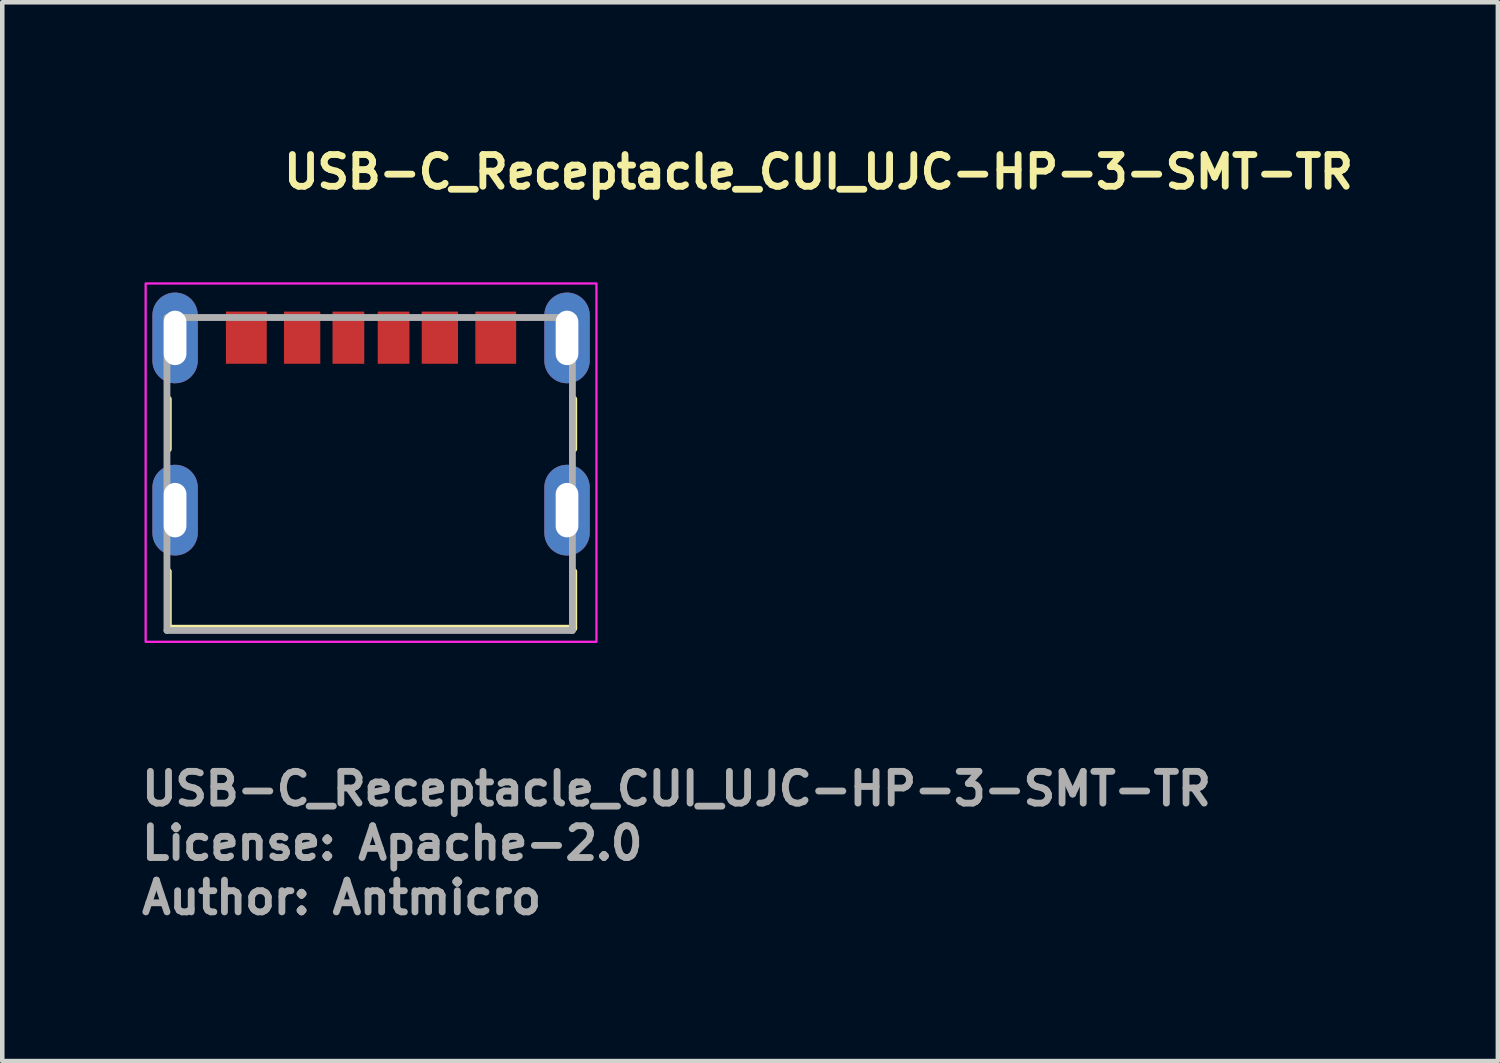
<source format=kicad_pcb>
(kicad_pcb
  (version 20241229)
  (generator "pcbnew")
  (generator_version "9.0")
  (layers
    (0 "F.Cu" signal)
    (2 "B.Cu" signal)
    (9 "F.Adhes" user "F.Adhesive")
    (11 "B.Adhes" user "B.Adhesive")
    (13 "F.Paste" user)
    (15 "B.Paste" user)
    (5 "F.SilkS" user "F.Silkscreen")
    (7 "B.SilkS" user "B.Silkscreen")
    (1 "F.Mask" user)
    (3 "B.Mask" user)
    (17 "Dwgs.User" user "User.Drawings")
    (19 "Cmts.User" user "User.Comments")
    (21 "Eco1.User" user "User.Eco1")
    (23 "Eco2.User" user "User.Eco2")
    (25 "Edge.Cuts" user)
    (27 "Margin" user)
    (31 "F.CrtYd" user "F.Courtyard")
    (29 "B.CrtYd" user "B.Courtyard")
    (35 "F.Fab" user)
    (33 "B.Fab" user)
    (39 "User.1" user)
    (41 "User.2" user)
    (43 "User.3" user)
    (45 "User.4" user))
  (footprint "USB-C_Receptacle_CUI_UJC-HP-3-SMT-TR"
    (layer "F.Cu")
    (at 5.131 7.15)
    (property "Reference" "USB-C_Receptacle_CUI_UJC-HP-3-SMT-TR" (at -2 -6 0) (layer "F.SilkS") (effects (font (size 0.7 0.7) (thickness 0.15)) (justify left bottom)))
    (attr smd)
    (fp_line (start -4.47 -0.3) (end -4.47 -1.4) (stroke (width 0.15) (type solid)) (layer "F.SilkS"))
    (fp_line (start -4.47 3.65) (end -4.47 2.4) (stroke (width 0.15) (type solid)) (layer "F.SilkS"))
    (fp_line (start -4.47 3.65) (end 4.469 3.65) (stroke (width 0.15) (type solid)) (layer "F.SilkS"))
    (fp_line (start 4.469 -0.3) (end 4.469 -1.4) (stroke (width 0.15) (type solid)) (layer "F.SilkS"))
    (fp_line (start 4.469 3.65) (end 4.469 2.4) (stroke (width 0.15) (type solid)) (layer "F.SilkS"))
    (fp_rect (start -4.97 -3.951) (end 4.969 3.95) (stroke (width 0.05) (type solid)) (fill no) (layer "F.CrtYd"))
    (fp_line (start -4.5 -3.2) (end -4.5 3.7) (stroke (width 0.15) (type solid)) (layer "F.Fab"))
    (fp_line (start -4.5 3.7) (end 4.439 3.7) (stroke (width 0.15) (type solid)) (layer "F.Fab"))
    (fp_line (start 4.439 3.7) (end 4.439 -3.2) (stroke (width 0.15) (type solid)) (layer "F.Fab"))
    (fp_line (start 4.469 -3.2) (end -4.47 -3.2) (stroke (width 0.15) (type solid)) (layer "F.Fab"))
    (fp_rect (start -4.47 -3.451) (end 4.469 3.45) (stroke (width 0.1) (type solid)) (fill no) (layer "User.5"))
    (fp_line (start -4.47 -3.351) (end -4.47 3.45) (stroke (width 0.02) (type solid)) (layer "User.9"))
    (fp_line (start -4.462 -3.351) (end -4.47 -3.351) (stroke (width 0.02) (type solid)) (layer "User.9"))
    (fp_line (start -4.462 -3.351) (end -4.462 -3.351) (stroke (width 0.02) (type solid)) (layer "User.9"))
    (fp_line (start -4.462 3.45) (end -4.47 3.45) (stroke (width 0.02) (type solid)) (layer "User.9"))
    (fp_line (start -4.462 3.45) (end -4.462 3.45) (stroke (width 0.02) (type solid)) (layer "User.9"))
    (fp_line (start -4.438 -3.351) (end -4.462 -3.351) (stroke (width 0.02) (type solid)) (layer "User.9"))
    (fp_line (start -4.438 -3.351) (end -4.438 -3.351) (stroke (width 0.02) (type solid)) (layer "User.9"))
    (fp_line (start -4.438 3.45) (end -4.462 3.45) (stroke (width 0.02) (type solid)) (layer "User.9"))
    (fp_line (start -4.438 3.45) (end -4.438 3.45) (stroke (width 0.02) (type solid)) (layer "User.9"))
    (fp_line (start -4.396 -3.351) (end -4.438 -3.351) (stroke (width 0.02) (type solid)) (layer "User.9"))
    (fp_line (start -4.396 -3.351) (end -4.396 -3.351) (stroke (width 0.02) (type solid)) (layer "User.9"))
    (fp_line (start -4.396 3.45) (end -4.438 3.45) (stroke (width 0.02) (type solid)) (layer "User.9"))
    (fp_line (start -4.396 3.45) (end -4.396 3.45) (stroke (width 0.02) (type solid)) (layer "User.9"))
    (fp_line (start -4.34 -3.351) (end -4.396 -3.351) (stroke (width 0.02) (type solid)) (layer "User.9"))
    (fp_line (start -4.34 -3.351) (end -4.34 -3.351) (stroke (width 0.02) (type solid)) (layer "User.9"))
    (fp_line (start -4.34 3.45) (end -4.396 3.45) (stroke (width 0.02) (type solid)) (layer "User.9"))
    (fp_line (start -4.34 3.45) (end -4.34 3.45) (stroke (width 0.02) (type solid)) (layer "User.9"))
    (fp_line (start -4.268 -3.351) (end -4.34 -3.351) (stroke (width 0.02) (type solid)) (layer "User.9"))
    (fp_line (start -4.268 -3.351) (end -4.268 -3.351) (stroke (width 0.02) (type solid)) (layer "User.9"))
    (fp_line (start -4.268 3.45) (end -4.34 3.45) (stroke (width 0.02) (type solid)) (layer "User.9"))
    (fp_line (start -4.268 3.45) (end -4.268 3.45) (stroke (width 0.02) (type solid)) (layer "User.9"))
    (fp_line (start -4.18 -3.351) (end -4.268 -3.351) (stroke (width 0.02) (type solid)) (layer "User.9"))
    (fp_line (start -4.18 -3.351) (end -4.18 -3.351) (stroke (width 0.02) (type solid)) (layer "User.9"))
    (fp_line (start -4.18 3.45) (end -4.268 3.45) (stroke (width 0.02) (type solid)) (layer "User.9"))
    (fp_line (start -4.18 3.45) (end -4.18 3.45) (stroke (width 0.02) (type solid)) (layer "User.9"))
    (fp_line (start -4.17 -3.451) (end -4.17 -3.351) (stroke (width 0.02) (type solid)) (layer "User.9"))
    (fp_line (start -4.165 -3.451) (end -4.17 -3.451) (stroke (width 0.02) (type solid)) (layer "User.9"))
    (fp_line (start -4.165 -3.451) (end -4.165 -3.451) (stroke (width 0.02) (type solid)) (layer "User.9"))
    (fp_line (start -4.149 -3.451) (end -4.165 -3.451) (stroke (width 0.02) (type solid)) (layer "User.9"))
    (fp_line (start -4.149 -3.451) (end -4.149 -3.451) (stroke (width 0.02) (type solid)) (layer "User.9"))
    (fp_line (start -4.122 -3.451) (end -4.149 -3.451) (stroke (width 0.02) (type solid)) (layer "User.9"))
    (fp_line (start -4.122 -3.451) (end -4.122 -3.451) (stroke (width 0.02) (type solid)) (layer "User.9"))
    (fp_line (start -4.085 -3.451) (end -4.122 -3.451) (stroke (width 0.02) (type solid)) (layer "User.9"))
    (fp_line (start -4.085 -3.451) (end -4.085 -3.451) (stroke (width 0.02) (type solid)) (layer "User.9"))
    (fp_line (start -4.082 -3.351) (end -4.18 -3.351) (stroke (width 0.02) (type solid)) (layer "User.9"))
    (fp_line (start -4.082 -3.351) (end -4.082 -3.351) (stroke (width 0.02) (type solid)) (layer "User.9"))
    (fp_line (start -4.082 3.45) (end -4.18 3.45) (stroke (width 0.02) (type solid)) (layer "User.9"))
    (fp_line (start -4.082 3.45) (end -4.082 3.45) (stroke (width 0.02) (type solid)) (layer "User.9"))
    (fp_line (start -4.037 -3.451) (end -4.085 -3.451) (stroke (width 0.02) (type solid)) (layer "User.9"))
    (fp_line (start -4.037 -3.451) (end -4.037 -3.451) (stroke (width 0.02) (type solid)) (layer "User.9"))
    (fp_line (start -3.98 -3.451) (end -4.037 -3.451) (stroke (width 0.02) (type solid)) (layer "User.9"))
    (fp_line (start -3.98 -3.451) (end -3.98 -3.451) (stroke (width 0.02) (type solid)) (layer "User.9"))
    (fp_line (start -3.971 -3.351) (end -4.082 -3.351) (stroke (width 0.02) (type solid)) (layer "User.9"))
    (fp_line (start -3.971 -3.351) (end -3.971 -3.351) (stroke (width 0.02) (type solid)) (layer "User.9"))
    (fp_line (start -3.971 3.45) (end -4.082 3.45) (stroke (width 0.02) (type solid)) (layer "User.9"))
    (fp_line (start -3.971 3.45) (end -3.971 3.45) (stroke (width 0.02) (type solid)) (layer "User.9"))
    (fp_line (start -3.914 -3.451) (end -3.98 -3.451) (stroke (width 0.02) (type solid)) (layer "User.9"))
    (fp_line (start -3.914 -3.451) (end -3.914 -3.451) (stroke (width 0.02) (type solid)) (layer "User.9"))
    (fp_line (start -3.848 -3.351) (end -3.971 -3.351) (stroke (width 0.02) (type solid)) (layer "User.9"))
    (fp_line (start -3.848 -3.351) (end -3.848 -3.351) (stroke (width 0.02) (type solid)) (layer "User.9"))
    (fp_line (start -3.848 3.45) (end -3.971 3.45) (stroke (width 0.02) (type solid)) (layer "User.9"))
    (fp_line (start -3.848 3.45) (end -3.848 3.45) (stroke (width 0.02) (type solid)) (layer "User.9"))
    (fp_line (start -3.758 -3.451) (end -3.914 -3.451) (stroke (width 0.02) (type solid)) (layer "User.9"))
    (fp_line (start -3.758 -3.451) (end -3.758 -3.451) (stroke (width 0.02) (type solid)) (layer "User.9"))
    (fp_line (start -3.58 -3.351) (end -3.848 -3.351) (stroke (width 0.02) (type solid)) (layer "User.9"))
    (fp_line (start -3.58 -3.351) (end -3.58 -3.351) (stroke (width 0.02) (type solid)) (layer "User.9"))
    (fp_line (start -3.58 3.45) (end -3.848 3.45) (stroke (width 0.02) (type solid)) (layer "User.9"))
    (fp_line (start -3.58 3.45) (end -3.58 3.45) (stroke (width 0.02) (type solid)) (layer "User.9"))
    (fp_line (start -3.576 -3.451) (end -3.758 -3.451) (stroke (width 0.02) (type solid)) (layer "User.9"))
    (fp_line (start -3.576 -3.451) (end -3.576 -3.451) (stroke (width 0.02) (type solid)) (layer "User.9"))
    (fp_line (start -3.27 -3.451) (end -3.576 -3.451) (stroke (width 0.02) (type solid)) (layer "User.9"))
    (fp_line (start -3.27 -3.351) (end -3.27 -3.451) (stroke (width 0.02) (type solid)) (layer "User.9"))
    (fp_line (start -3.141 -3.351) (end -3.58 -3.351) (stroke (width 0.02) (type solid)) (layer "User.9"))
    (fp_line (start -3.141 3.45) (end -3.58 3.45) (stroke (width 0.02) (type solid)) (layer "User.9"))
    (fp_line (start -2.923 -3.351) (end -3.141 -3.351) (stroke (width 0.02) (type solid)) (layer "User.9"))
    (fp_line (start -2.923 -3.351) (end -2.914 -3.351) (stroke (width 0.02) (type solid)) (layer "User.9"))
    (fp_line (start -2.914 -3.351) (end -2.904 -3.351) (stroke (width 0.02) (type solid)) (layer "User.9"))
    (fp_line (start -2.904 -3.351) (end -2.895 -3.348) (stroke (width 0.02) (type solid)) (layer "User.9"))
    (fp_line (start -2.895 -3.348) (end -2.884 -3.347) (stroke (width 0.02) (type solid)) (layer "User.9"))
    (fp_line (start -2.884 -3.347) (end -2.875 -3.344) (stroke (width 0.02) (type solid)) (layer "User.9"))
    (fp_line (start -2.875 -3.344) (end -2.866 -3.343) (stroke (width 0.02) (type solid)) (layer "User.9"))
    (fp_line (start -2.866 -3.343) (end -2.856 -3.339) (stroke (width 0.02) (type solid)) (layer "User.9"))
    (fp_line (start -2.856 -3.339) (end -2.847 -3.335) (stroke (width 0.02) (type solid)) (layer "User.9"))
    (fp_line (start -2.847 -3.335) (end -2.839 -3.331) (stroke (width 0.02) (type solid)) (layer "User.9"))
    (fp_line (start -2.839 -3.331) (end -2.83 -3.327) (stroke (width 0.02) (type solid)) (layer "User.9"))
    (fp_line (start -2.83 -3.327) (end -2.822 -3.322) (stroke (width 0.02) (type solid)) (layer "User.9"))
    (fp_line (start -2.822 -3.322) (end -2.813 -3.318) (stroke (width 0.02) (type solid)) (layer "User.9"))
    (fp_line (start -2.813 -3.318) (end -2.805 -3.311) (stroke (width 0.02) (type solid)) (layer "User.9"))
    (fp_line (start -2.805 -3.311) (end -2.798 -3.306) (stroke (width 0.02) (type solid)) (layer "User.9"))
    (fp_line (start -2.798 -3.306) (end -2.79 -3.299) (stroke (width 0.02) (type solid)) (layer "User.9"))
    (fp_line (start -2.79 -3.299) (end -2.782 -3.293) (stroke (width 0.02) (type solid)) (layer "User.9"))
    (fp_line (start -2.782 -3.293) (end -2.5 -3.009) (stroke (width 0.02) (type solid)) (layer "User.9"))
    (fp_line (start -2.656 -1.801) (end -2.656 -1.766) (stroke (width 0.02) (type solid)) (layer "User.9"))
    (fp_line (start -2.656 -1.801) (end -2.656 -1.766) (stroke (width 0.02) (type solid)) (layer "User.9"))
    (fp_line (start -2.656 -1.766) (end -2.621 -1.766) (stroke (width 0.02) (type solid)) (layer "User.9"))
    (fp_line (start -2.656 -1.385) (end -2.656 -1.351) (stroke (width 0.02) (type solid)) (layer "User.9"))
    (fp_line (start -2.656 -1.351) (end -1.446 -1.351) (stroke (width 0.02) (type solid)) (layer "User.9"))
    (fp_line (start -2.63 -1.385) (end -2.629 -1.381) (stroke (width 0.02) (type solid)) (layer "User.9"))
    (fp_line (start -2.629 -1.381) (end -2.625 -1.377) (stroke (width 0.02) (type solid)) (layer "User.9"))
    (fp_line (start -2.625 -1.377) (end -2.622 -1.373) (stroke (width 0.02) (type solid)) (layer "User.9"))
    (fp_line (start -2.622 -1.373) (end -2.621 -1.371) (stroke (width 0.02) (type solid)) (layer "User.9"))
    (fp_line (start -2.621 -1.766) (end -2.214 -1.766) (stroke (width 0.02) (type solid)) (layer "User.9"))
    (fp_line (start -2.621 -1.385) (end -2.656 -1.385) (stroke (width 0.02) (type solid)) (layer "User.9"))
    (fp_line (start -2.621 -1.385) (end -2.214 -1.385) (stroke (width 0.02) (type solid)) (layer "User.9"))
    (fp_line (start -2.621 -1.371) (end -2.617 -1.367) (stroke (width 0.02) (type solid)) (layer "User.9"))
    (fp_line (start -2.617 -1.367) (end -2.614 -1.365) (stroke (width 0.02) (type solid)) (layer "User.9"))
    (fp_line (start -2.614 -1.365) (end -2.612 -1.361) (stroke (width 0.02) (type solid)) (layer "User.9"))
    (fp_line (start -2.612 -1.361) (end -2.609 -1.359) (stroke (width 0.02) (type solid)) (layer "User.9"))
    (fp_line (start -2.609 -1.359) (end -2.606 -1.357) (stroke (width 0.02) (type solid)) (layer "User.9"))
    (fp_line (start -2.606 -1.357) (end -2.604 -1.355) (stroke (width 0.02) (type solid)) (layer "User.9"))
    (fp_line (start -2.604 -1.355) (end -2.601 -1.355) (stroke (width 0.02) (type solid)) (layer "User.9"))
    (fp_line (start -2.601 -1.355) (end -2.597 -1.353) (stroke (width 0.02) (type solid)) (layer "User.9"))
    (fp_line (start -2.597 -1.353) (end -2.594 -1.351) (stroke (width 0.02) (type solid)) (layer "User.9"))
    (fp_line (start -2.594 -1.351) (end -2.592 -1.351) (stroke (width 0.02) (type solid)) (layer "User.9"))
    (fp_line (start -2.592 -1.351) (end -2.59 -1.351) (stroke (width 0.02) (type solid)) (layer "User.9"))
    (fp_line (start -2.59 -1.351) (end -2.589 -1.351) (stroke (width 0.02) (type solid)) (layer "User.9"))
    (fp_line (start -2.589 -1.351) (end -2.588 -1.351) (stroke (width 0.02) (type solid)) (layer "User.9"))
    (fp_line (start -2.588 -1.351) (end -2.586 -1.351) (stroke (width 0.02) (type solid)) (layer "User.9"))
    (fp_line (start -2.586 -1.351) (end -2.656 -1.351) (stroke (width 0.02) (type solid)) (layer "User.9"))
    (fp_line (start -2.5 -3.009) (end -2.492 -3.003) (stroke (width 0.02) (type solid)) (layer "User.9"))
    (fp_line (start -2.492 -3.003) (end -2.484 -2.996) (stroke (width 0.02) (type solid)) (layer "User.9"))
    (fp_line (start -2.484 -2.996) (end -2.477 -2.991) (stroke (width 0.02) (type solid)) (layer "User.9"))
    (fp_line (start -2.477 -2.991) (end -2.469 -2.984) (stroke (width 0.02) (type solid)) (layer "User.9"))
    (fp_line (start -2.469 -2.984) (end -2.46 -2.98) (stroke (width 0.02) (type solid)) (layer "User.9"))
    (fp_line (start -2.469 -1.801) (end -2.469 -1.766) (stroke (width 0.02) (type solid)) (layer "User.9"))
    (fp_line (start -2.469 -1.385) (end -2.469 -1.351) (stroke (width 0.02) (type solid)) (layer "User.9"))
    (fp_line (start -2.469 -1.351) (end -2.656 -1.351) (stroke (width 0.02) (type solid)) (layer "User.9"))
    (fp_line (start -2.46 -2.98) (end -2.452 -2.975) (stroke (width 0.02) (type solid)) (layer "User.9"))
    (fp_line (start -2.452 -3.281) (end -2.77 -3.281) (stroke (width 0.02) (type solid)) (layer "User.9"))
    (fp_line (start -2.452 -3.281) (end -2.452 -3.181) (stroke (width 0.02) (type solid)) (layer "User.9"))
    (fp_line (start -2.452 -3.181) (end -2.67 -3.181) (stroke (width 0.02) (type solid)) (layer "User.9"))
    (fp_line (start -2.452 -3.181) (end -2.452 -2.973) (stroke (width 0.02) (type solid)) (layer "User.9"))
    (fp_line (start -2.452 -2.975) (end -2.444 -2.971) (stroke (width 0.02) (type solid)) (layer "User.9"))
    (fp_line (start -2.444 -2.971) (end -2.435 -2.967) (stroke (width 0.02) (type solid)) (layer "User.9"))
    (fp_line (start -2.435 -2.967) (end -2.426 -2.963) (stroke (width 0.02) (type solid)) (layer "User.9"))
    (fp_line (start -2.426 -2.963) (end -2.416 -2.96) (stroke (width 0.02) (type solid)) (layer "User.9"))
    (fp_line (start -2.416 -2.96) (end -2.407 -2.957) (stroke (width 0.02) (type solid)) (layer "User.9"))
    (fp_line (start -2.407 -2.957) (end -2.398 -2.955) (stroke (width 0.02) (type solid)) (layer "User.9"))
    (fp_line (start -2.398 -2.955) (end -2.387 -2.953) (stroke (width 0.02) (type solid)) (layer "User.9"))
    (fp_line (start -2.387 -2.953) (end -2.378 -2.952) (stroke (width 0.02) (type solid)) (layer "User.9"))
    (fp_line (start -2.378 -2.952) (end -2.368 -2.952) (stroke (width 0.02) (type solid)) (layer "User.9"))
    (fp_line (start -2.368 -2.952) (end -2.359 -2.952) (stroke (width 0.02) (type solid)) (layer "User.9"))
    (fp_line (start -2.359 -2.952) (end -1.301 -2.952) (stroke (width 0.02) (type solid)) (layer "User.9"))
    (fp_line (start -2.214 -1.766) (end -1.889 -1.766) (stroke (width 0.02) (type solid)) (layer "User.9"))
    (fp_line (start -2.214 -1.385) (end -1.889 -1.385) (stroke (width 0.02) (type solid)) (layer "User.9"))
    (fp_line (start -1.889 -1.766) (end -1.48 -1.766) (stroke (width 0.02) (type solid)) (layer "User.9"))
    (fp_line (start -1.889 -1.385) (end -1.48 -1.385) (stroke (width 0.02) (type solid)) (layer "User.9"))
    (fp_line (start -1.801 -3.281) (end -1.801 -3.181) (stroke (width 0.02) (type solid)) (layer "User.9"))
    (fp_line (start -1.801 -3.181) (end -1.801 -2.952) (stroke (width 0.02) (type solid)) (layer "User.9"))
    (fp_line (start -1.633 -1.801) (end -1.633 -1.766) (stroke (width 0.02) (type solid)) (layer "User.9"))
    (fp_line (start -1.633 -1.385) (end -1.633 -1.351) (stroke (width 0.02) (type solid)) (layer "User.9"))
    (fp_line (start -1.516 -1.351) (end -1.633 -1.351) (stroke (width 0.02) (type solid)) (layer "User.9"))
    (fp_line (start -1.516 -1.351) (end -1.514 -1.351) (stroke (width 0.02) (type solid)) (layer "User.9"))
    (fp_line (start -1.514 -1.351) (end -1.514 -1.351) (stroke (width 0.02) (type solid)) (layer "User.9"))
    (fp_line (start -1.514 -1.351) (end -1.512 -1.351) (stroke (width 0.02) (type solid)) (layer "User.9"))
    (fp_line (start -1.512 -1.351) (end -1.51 -1.351) (stroke (width 0.02) (type solid)) (layer "User.9"))
    (fp_line (start -1.51 -1.351) (end -1.508 -1.351) (stroke (width 0.02) (type solid)) (layer "User.9"))
    (fp_line (start -1.508 -1.351) (end -1.508 -1.351) (stroke (width 0.02) (type solid)) (layer "User.9"))
    (fp_line (start -1.508 -1.351) (end -1.506 -1.353) (stroke (width 0.02) (type solid)) (layer "User.9"))
    (fp_line (start -1.506 -1.353) (end -1.504 -1.353) (stroke (width 0.02) (type solid)) (layer "User.9"))
    (fp_line (start -1.504 -1.353) (end -1.502 -1.353) (stroke (width 0.02) (type solid)) (layer "User.9"))
    (fp_line (start -1.502 -1.355) (end -1.5 -1.355) (stroke (width 0.02) (type solid)) (layer "User.9"))
    (fp_line (start -1.502 -1.353) (end -1.502 -1.355) (stroke (width 0.02) (type solid)) (layer "User.9"))
    (fp_line (start -1.5 -2.27) (end -1.5 -2.261) (stroke (width 0.02) (type solid)) (layer "User.9"))
    (fp_line (start -1.5 -2.261) (end -1.5 -2.25) (stroke (width 0.02) (type solid)) (layer "User.9"))
    (fp_line (start -1.5 -2.25) (end -1.5 -2.242) (stroke (width 0.02) (type solid)) (layer "User.9"))
    (fp_line (start -1.5 -2.242) (end -1.5 -2.231) (stroke (width 0.02) (type solid)) (layer "User.9"))
    (fp_line (start -1.5 -2.231) (end -1.498 -2.222) (stroke (width 0.02) (type solid)) (layer "User.9"))
    (fp_line (start -1.5 -1.355) (end -1.498 -1.355) (stroke (width 0.02) (type solid)) (layer "User.9"))
    (fp_line (start -1.498 -2.29) (end -1.498 -2.281) (stroke (width 0.02) (type solid)) (layer "User.9"))
    (fp_line (start -1.498 -2.281) (end -1.5 -2.27) (stroke (width 0.02) (type solid)) (layer "User.9"))
    (fp_line (start -1.498 -2.222) (end -1.498 -2.211) (stroke (width 0.02) (type solid)) (layer "User.9"))
    (fp_line (start -1.498 -2.211) (end -1.494 -2.202) (stroke (width 0.02) (type solid)) (layer "User.9"))
    (fp_line (start -1.498 -1.357) (end -1.496 -1.357) (stroke (width 0.02) (type solid)) (layer "User.9"))
    (fp_line (start -1.498 -1.355) (end -1.498 -1.357) (stroke (width 0.02) (type solid)) (layer "User.9"))
    (fp_line (start -1.496 -1.357) (end -1.492 -1.359) (stroke (width 0.02) (type solid)) (layer "User.9"))
    (fp_line (start -1.494 -2.299) (end -1.498 -2.29) (stroke (width 0.02) (type solid)) (layer "User.9"))
    (fp_line (start -1.494 -2.202) (end -1.492 -2.193) (stroke (width 0.02) (type solid)) (layer "User.9"))
    (fp_line (start -1.492 -2.31) (end -1.494 -2.299) (stroke (width 0.02) (type solid)) (layer "User.9"))
    (fp_line (start -1.492 -2.193) (end -1.49 -2.183) (stroke (width 0.02) (type solid)) (layer "User.9"))
    (fp_line (start -1.492 -1.359) (end -1.49 -1.361) (stroke (width 0.02) (type solid)) (layer "User.9"))
    (fp_line (start -1.49 -2.319) (end -1.492 -2.31) (stroke (width 0.02) (type solid)) (layer "User.9"))
    (fp_line (start -1.49 -2.183) (end -1.486 -2.174) (stroke (width 0.02) (type solid)) (layer "User.9"))
    (fp_line (start -1.49 -1.361) (end -1.488 -1.365) (stroke (width 0.02) (type solid)) (layer "User.9"))
    (fp_line (start -1.488 -1.365) (end -1.484 -1.367) (stroke (width 0.02) (type solid)) (layer "User.9"))
    (fp_line (start -1.486 -2.327) (end -1.49 -2.319) (stroke (width 0.02) (type solid)) (layer "User.9"))
    (fp_line (start -1.486 -2.174) (end -1.482 -2.165) (stroke (width 0.02) (type solid)) (layer "User.9"))
    (fp_line (start -1.484 -1.367) (end -1.482 -1.371) (stroke (width 0.02) (type solid)) (layer "User.9"))
    (fp_line (start -1.482 -2.336) (end -1.486 -2.327) (stroke (width 0.02) (type solid)) (layer "User.9"))
    (fp_line (start -1.482 -2.165) (end -1.478 -2.157) (stroke (width 0.02) (type solid)) (layer "User.9"))
    (fp_line (start -1.482 -1.371) (end -1.48 -1.373) (stroke (width 0.02) (type solid)) (layer "User.9"))
    (fp_line (start -1.48 -1.766) (end -1.446 -1.766) (stroke (width 0.02) (type solid)) (layer "User.9"))
    (fp_line (start -1.48 -1.373) (end -1.476 -1.377) (stroke (width 0.02) (type solid)) (layer "User.9"))
    (fp_line (start -1.478 -2.346) (end -1.482 -2.336) (stroke (width 0.02) (type solid)) (layer "User.9"))
    (fp_line (start -1.478 -2.157) (end -1.472 -2.149) (stroke (width 0.02) (type solid)) (layer "User.9"))
    (fp_line (start -1.476 -1.377) (end -1.474 -1.381) (stroke (width 0.02) (type solid)) (layer "User.9"))
    (fp_line (start -1.474 -1.381) (end -1.472 -1.385) (stroke (width 0.02) (type solid)) (layer "User.9"))
    (fp_line (start -1.472 -2.354) (end -1.478 -2.346) (stroke (width 0.02) (type solid)) (layer "User.9"))
    (fp_line (start -1.472 -2.149) (end -1.468 -2.141) (stroke (width 0.02) (type solid)) (layer "User.9"))
    (fp_line (start -1.468 -2.362) (end -1.472 -2.354) (stroke (width 0.02) (type solid)) (layer "User.9"))
    (fp_line (start -1.468 -2.141) (end -1.462 -2.133) (stroke (width 0.02) (type solid)) (layer "User.9"))
    (fp_line (start -1.462 -2.37) (end -1.468 -2.362) (stroke (width 0.02) (type solid)) (layer "User.9"))
    (fp_line (start -1.462 -2.133) (end -1.456 -2.125) (stroke (width 0.02) (type solid)) (layer "User.9"))
    (fp_line (start -1.456 -2.378) (end -1.462 -2.37) (stroke (width 0.02) (type solid)) (layer "User.9"))
    (fp_line (start -1.456 -2.125) (end -1.45 -2.117) (stroke (width 0.02) (type solid)) (layer "User.9"))
    (fp_line (start -1.45 -2.386) (end -1.456 -2.378) (stroke (width 0.02) (type solid)) (layer "User.9"))
    (fp_line (start -1.45 -2.117) (end -1.442 -2.109) (stroke (width 0.02) (type solid)) (layer "User.9"))
    (fp_line (start -1.446 -1.801) (end -2.656 -1.801) (stroke (width 0.02) (type solid)) (layer "User.9"))
    (fp_line (start -1.446 -1.801) (end -2.656 -1.801) (stroke (width 0.02) (type solid)) (layer "User.9"))
    (fp_line (start -1.446 -1.801) (end -1.446 -1.766) (stroke (width 0.02) (type solid)) (layer "User.9"))
    (fp_line (start -1.446 -1.766) (end -1.446 -1.801) (stroke (width 0.02) (type solid)) (layer "User.9"))
    (fp_line (start -1.446 -1.385) (end -1.48 -1.385) (stroke (width 0.02) (type solid)) (layer "User.9"))
    (fp_line (start -1.446 -1.351) (end -1.516 -1.351) (stroke (width 0.02) (type solid)) (layer "User.9"))
    (fp_line (start -1.446 -1.351) (end -1.446 -1.385) (stroke (width 0.02) (type solid)) (layer "User.9"))
    (fp_line (start -1.442 -2.392) (end -1.45 -2.386) (stroke (width 0.02) (type solid)) (layer "User.9"))
    (fp_line (start -1.442 -2.392) (end -1.442 -2.392) (stroke (width 0.02) (type solid)) (layer "User.9"))
    (fp_line (start -1.442 -2.109) (end -1.442 -2.109) (stroke (width 0.02) (type solid)) (layer "User.9"))
    (fp_line (start -1.442 -2.109) (end -1.436 -2.102) (stroke (width 0.02) (type solid)) (layer "User.9"))
    (fp_line (start -1.436 -2.399) (end -1.442 -2.392) (stroke (width 0.02) (type solid)) (layer "User.9"))
    (fp_line (start -1.436 -2.102) (end -1.428 -2.097) (stroke (width 0.02) (type solid)) (layer "User.9"))
    (fp_line (start -1.428 -2.406) (end -1.436 -2.399) (stroke (width 0.02) (type solid)) (layer "User.9"))
    (fp_line (start -1.428 -2.097) (end -1.42 -2.09) (stroke (width 0.02) (type solid)) (layer "User.9"))
    (fp_line (start -1.42 -2.411) (end -1.428 -2.406) (stroke (width 0.02) (type solid)) (layer "User.9"))
    (fp_line (start -1.42 -2.09) (end -1.412 -2.085) (stroke (width 0.02) (type solid)) (layer "User.9"))
    (fp_line (start -1.412 -2.418) (end -1.42 -2.411) (stroke (width 0.02) (type solid)) (layer "User.9"))
    (fp_line (start -1.412 -2.085) (end -1.403 -2.08) (stroke (width 0.02) (type solid)) (layer "User.9"))
    (fp_line (start -1.403 -2.423) (end -1.412 -2.418) (stroke (width 0.02) (type solid)) (layer "User.9"))
    (fp_line (start -1.403 -2.08) (end -1.395 -2.074) (stroke (width 0.02) (type solid)) (layer "User.9"))
    (fp_line (start -1.395 -2.427) (end -1.403 -2.423) (stroke (width 0.02) (type solid)) (layer "User.9"))
    (fp_line (start -1.395 -2.074) (end -1.387 -2.07) (stroke (width 0.02) (type solid)) (layer "User.9"))
    (fp_line (start -1.387 -2.431) (end -1.395 -2.427) (stroke (width 0.02) (type solid)) (layer "User.9"))
    (fp_line (start -1.387 -2.07) (end -1.377 -2.066) (stroke (width 0.02) (type solid)) (layer "User.9"))
    (fp_line (start -1.377 -2.436) (end -1.387 -2.431) (stroke (width 0.02) (type solid)) (layer "User.9"))
    (fp_line (start -1.377 -2.066) (end -1.369 -2.062) (stroke (width 0.02) (type solid)) (layer "User.9"))
    (fp_line (start -1.369 -2.44) (end -1.377 -2.436) (stroke (width 0.02) (type solid)) (layer "User.9"))
    (fp_line (start -1.369 -2.062) (end -1.359 -2.06) (stroke (width 0.02) (type solid)) (layer "User.9"))
    (fp_line (start -1.359 -2.443) (end -1.369 -2.44) (stroke (width 0.02) (type solid)) (layer "User.9"))
    (fp_line (start -1.359 -2.06) (end -1.349 -2.057) (stroke (width 0.02) (type solid)) (layer "User.9"))
    (fp_line (start -1.349 -2.444) (end -1.359 -2.443) (stroke (width 0.02) (type solid)) (layer "User.9"))
    (fp_line (start -1.349 -2.057) (end -1.341 -2.054) (stroke (width 0.02) (type solid)) (layer "User.9"))
    (fp_line (start -1.341 -2.448) (end -1.349 -2.444) (stroke (width 0.02) (type solid)) (layer "User.9"))
    (fp_line (start -1.341 -2.054) (end -1.331 -2.053) (stroke (width 0.02) (type solid)) (layer "User.9"))
    (fp_line (start -1.331 -2.448) (end -1.341 -2.448) (stroke (width 0.02) (type solid)) (layer "User.9"))
    (fp_line (start -1.331 -2.053) (end -1.321 -2.052) (stroke (width 0.02) (type solid)) (layer "User.9"))
    (fp_line (start -1.321 -2.451) (end -1.331 -2.448) (stroke (width 0.02) (type solid)) (layer "User.9"))
    (fp_line (start -1.321 -2.052) (end -1.311 -2.052) (stroke (width 0.02) (type solid)) (layer "User.9"))
    (fp_line (start -1.311 -2.451) (end -1.321 -2.451) (stroke (width 0.02) (type solid)) (layer "User.9"))
    (fp_line (start -1.311 -2.052) (end -1.301 -2.05) (stroke (width 0.02) (type solid)) (layer "User.9"))
    (fp_line (start -1.301 -2.952) (end -0.982 -2.952) (stroke (width 0.02) (type solid)) (layer "User.9"))
    (fp_line (start -1.301 -2.452) (end -1.311 -2.451) (stroke (width 0.02) (type solid)) (layer "User.9"))
    (fp_line (start -1.301 -2.351) (end -1.301 -2.452) (stroke (width 0.02) (type solid)) (layer "User.9"))
    (fp_line (start -1.301 -2.351) (end 1.3 -2.351) (stroke (width 0.02) (type solid)) (layer "User.9"))
    (fp_line (start -1.301 -2.05) (end 1.3 -2.05) (stroke (width 0.02) (type solid)) (layer "User.9"))
    (fp_line (start -1.24 -3.281) (end -1.801 -3.281) (stroke (width 0.02) (type solid)) (layer "User.9"))
    (fp_line (start -1.24 -3.281) (end -1.24 -3.181) (stroke (width 0.02) (type solid)) (layer "User.9"))
    (fp_line (start -1.24 -3.181) (end -1.801 -3.181) (stroke (width 0.02) (type solid)) (layer "User.9"))
    (fp_line (start -1.24 -3.181) (end -1.24 -2.952) (stroke (width 0.02) (type solid)) (layer "User.9"))
    (fp_line (start -0.982 -2.952) (end -0.462 -2.952) (stroke (width 0.02) (type solid)) (layer "User.9"))
    (fp_line (start -0.982 -2.952) (end 0.98 -2.952) (stroke (width 0.02) (type solid)) (layer "User.9"))
    (fp_line (start -0.982 -2.452) (end -1.301 -2.452) (stroke (width 0.02) (type solid)) (layer "User.9"))
    (fp_line (start -0.75 -3.281) (end -0.75 -3.181) (stroke (width 0.02) (type solid)) (layer "User.9"))
    (fp_line (start -0.75 -3.181) (end -0.75 -2.952) (stroke (width 0.02) (type solid)) (layer "User.9"))
    (fp_line (start -0.462 -2.452) (end -0.982 -2.452) (stroke (width 0.02) (type solid)) (layer "User.9"))
    (fp_line (start -0.462 -2.452) (end -0.458 -2.452) (stroke (width 0.02) (type solid)) (layer "User.9"))
    (fp_line (start -0.458 -2.951) (end -0.462 -2.952) (stroke (width 0.02) (type solid)) (layer "User.9"))
    (fp_line (start -0.458 -2.452) (end -0.455 -2.452) (stroke (width 0.02) (type solid)) (layer "User.9"))
    (fp_line (start -0.455 -2.951) (end -0.458 -2.951) (stroke (width 0.02) (type solid)) (layer "User.9"))
    (fp_line (start -0.455 -2.452) (end -0.451 -2.452) (stroke (width 0.02) (type solid)) (layer "User.9"))
    (fp_line (start -0.451 -2.949) (end -0.455 -2.951) (stroke (width 0.02) (type solid)) (layer "User.9"))
    (fp_line (start -0.451 -2.452) (end -0.447 -2.452) (stroke (width 0.02) (type solid)) (layer "User.9"))
    (fp_line (start -0.447 -2.949) (end -0.451 -2.949) (stroke (width 0.02) (type solid)) (layer "User.9"))
    (fp_line (start -0.447 -2.452) (end -0.443 -2.455) (stroke (width 0.02) (type solid)) (layer "User.9"))
    (fp_line (start -0.443 -2.948) (end -0.447 -2.949) (stroke (width 0.02) (type solid)) (layer "User.9"))
    (fp_line (start -0.443 -2.455) (end -0.44 -2.456) (stroke (width 0.02) (type solid)) (layer "User.9"))
    (fp_line (start -0.44 -2.947) (end -0.443 -2.948) (stroke (width 0.02) (type solid)) (layer "User.9"))
    (fp_line (start -0.44 -2.456) (end -0.437 -2.456) (stroke (width 0.02) (type solid)) (layer "User.9"))
    (fp_line (start -0.437 -2.945) (end -0.44 -2.947) (stroke (width 0.02) (type solid)) (layer "User.9"))
    (fp_line (start -0.437 -2.456) (end -0.433 -2.459) (stroke (width 0.02) (type solid)) (layer "User.9"))
    (fp_line (start -0.433 -2.943) (end -0.437 -2.945) (stroke (width 0.02) (type solid)) (layer "User.9"))
    (fp_line (start -0.433 -2.459) (end -0.43 -2.46) (stroke (width 0.02) (type solid)) (layer "User.9"))
    (fp_line (start -0.43 -2.942) (end -0.433 -2.943) (stroke (width 0.02) (type solid)) (layer "User.9"))
    (fp_line (start -0.43 -2.46) (end -0.427 -2.463) (stroke (width 0.02) (type solid)) (layer "User.9"))
    (fp_line (start -0.427 -2.939) (end -0.43 -2.942) (stroke (width 0.02) (type solid)) (layer "User.9"))
    (fp_line (start -0.427 -2.463) (end -0.424 -2.465) (stroke (width 0.02) (type solid)) (layer "User.9"))
    (fp_line (start -0.424 -2.936) (end -0.427 -2.939) (stroke (width 0.02) (type solid)) (layer "User.9"))
    (fp_line (start -0.424 -2.465) (end -0.421 -2.468) (stroke (width 0.02) (type solid)) (layer "User.9"))
    (fp_line (start -0.421 -2.935) (end -0.424 -2.936) (stroke (width 0.02) (type solid)) (layer "User.9"))
    (fp_line (start -0.421 -2.468) (end -0.418 -2.471) (stroke (width 0.02) (type solid)) (layer "User.9"))
    (fp_line (start -0.418 -2.931) (end -0.421 -2.935) (stroke (width 0.02) (type solid)) (layer "User.9"))
    (fp_line (start -0.418 -2.471) (end -0.417 -2.473) (stroke (width 0.02) (type solid)) (layer "User.9"))
    (fp_line (start -0.417 -2.928) (end -0.418 -2.931) (stroke (width 0.02) (type solid)) (layer "User.9"))
    (fp_line (start -0.417 -2.473) (end -0.414 -2.476) (stroke (width 0.02) (type solid)) (layer "User.9"))
    (fp_line (start -0.414 -2.926) (end -0.417 -2.928) (stroke (width 0.02) (type solid)) (layer "User.9"))
    (fp_line (start -0.414 -2.476) (end -0.412 -2.48) (stroke (width 0.02) (type solid)) (layer "User.9"))
    (fp_line (start -0.412 -2.922) (end -0.414 -2.926) (stroke (width 0.02) (type solid)) (layer "User.9"))
    (fp_line (start -0.412 -2.922) (end -0.412 -2.922) (stroke (width 0.02) (type solid)) (layer "User.9"))
    (fp_line (start -0.412 -2.48) (end -0.412 -2.48) (stroke (width 0.02) (type solid)) (layer "User.9"))
    (fp_line (start -0.412 -2.48) (end -0.409 -2.484) (stroke (width 0.02) (type solid)) (layer "User.9"))
    (fp_line (start -0.409 -2.919) (end -0.412 -2.922) (stroke (width 0.02) (type solid)) (layer "User.9"))
    (fp_line (start -0.409 -2.484) (end -0.407 -2.488) (stroke (width 0.02) (type solid)) (layer "User.9"))
    (fp_line (start -0.407 -2.915) (end -0.409 -2.919) (stroke (width 0.02) (type solid)) (layer "User.9"))
    (fp_line (start -0.407 -2.488) (end -0.405 -2.492) (stroke (width 0.02) (type solid)) (layer "User.9"))
    (fp_line (start -0.405 -2.911) (end -0.407 -2.915) (stroke (width 0.02) (type solid)) (layer "User.9"))
    (fp_line (start -0.405 -2.492) (end -0.403 -2.496) (stroke (width 0.02) (type solid)) (layer "User.9"))
    (fp_line (start -0.403 -2.907) (end -0.405 -2.911) (stroke (width 0.02) (type solid)) (layer "User.9"))
    (fp_line (start -0.403 -2.496) (end -0.401 -2.5) (stroke (width 0.02) (type solid)) (layer "User.9"))
    (fp_line (start -0.401 -2.903) (end -0.403 -2.907) (stroke (width 0.02) (type solid)) (layer "User.9"))
    (fp_line (start -0.401 -2.5) (end -0.399 -2.504) (stroke (width 0.02) (type solid)) (layer "User.9"))
    (fp_line (start -0.399 -2.899) (end -0.401 -2.903) (stroke (width 0.02) (type solid)) (layer "User.9"))
    (fp_line (start -0.399 -2.504) (end -0.398 -2.508) (stroke (width 0.02) (type solid)) (layer "User.9"))
    (fp_line (start -0.398 -2.894) (end -0.399 -2.899) (stroke (width 0.02) (type solid)) (layer "User.9"))
    (fp_line (start -0.398 -2.508) (end -0.396 -2.512) (stroke (width 0.02) (type solid)) (layer "User.9"))
    (fp_line (start -0.396 -2.89) (end -0.398 -2.894) (stroke (width 0.02) (type solid)) (layer "User.9"))
    (fp_line (start -0.396 -2.512) (end -0.395 -2.517) (stroke (width 0.02) (type solid)) (layer "User.9"))
    (fp_line (start -0.395 -2.884) (end -0.396 -2.89) (stroke (width 0.02) (type solid)) (layer "User.9"))
    (fp_line (start -0.395 -2.517) (end -0.394 -2.521) (stroke (width 0.02) (type solid)) (layer "User.9"))
    (fp_line (start -0.394 -2.88) (end -0.395 -2.884) (stroke (width 0.02) (type solid)) (layer "User.9"))
    (fp_line (start -0.394 -2.521) (end -0.393 -2.527) (stroke (width 0.02) (type solid)) (layer "User.9"))
    (fp_line (start -0.393 -2.875) (end -0.394 -2.88) (stroke (width 0.02) (type solid)) (layer "User.9"))
    (fp_line (start -0.393 -2.527) (end -0.392 -2.532) (stroke (width 0.02) (type solid)) (layer "User.9"))
    (fp_line (start -0.392 -2.871) (end -0.393 -2.875) (stroke (width 0.02) (type solid)) (layer "User.9"))
    (fp_line (start -0.392 -2.866) (end -0.392 -2.871) (stroke (width 0.02) (type solid)) (layer "User.9"))
    (fp_line (start -0.392 -2.536) (end -0.391 -2.541) (stroke (width 0.02) (type solid)) (layer "User.9"))
    (fp_line (start -0.392 -2.532) (end -0.392 -2.536) (stroke (width 0.02) (type solid)) (layer "User.9"))
    (fp_line (start -0.391 -2.86) (end -0.392 -2.866) (stroke (width 0.02) (type solid)) (layer "User.9"))
    (fp_line (start -0.391 -2.855) (end -0.391 -2.86) (stroke (width 0.02) (type solid)) (layer "User.9"))
    (fp_line (start -0.391 -2.851) (end -0.391 -2.855) (stroke (width 0.02) (type solid)) (layer "User.9"))
    (fp_line (start -0.391 -2.851) (end -0.391 -2.551) (stroke (width 0.02) (type solid)) (layer "User.9"))
    (fp_line (start -0.391 -2.547) (end -0.391 -2.551) (stroke (width 0.02) (type solid)) (layer "User.9"))
    (fp_line (start -0.391 -2.541) (end -0.391 -2.547) (stroke (width 0.02) (type solid)) (layer "User.9"))
    (fp_line (start -0.25 -3.281) (end -0.75 -3.281) (stroke (width 0.02) (type solid)) (layer "User.9"))
    (fp_line (start -0.25 -3.281) (end -0.25 -3.181) (stroke (width 0.02) (type solid)) (layer "User.9"))
    (fp_line (start -0.25 -3.181) (end -0.75 -3.181) (stroke (width 0.02) (type solid)) (layer "User.9"))
    (fp_line (start -0.25 -3.181) (end -0.25 -2.952) (stroke (width 0.02) (type solid)) (layer "User.9"))
    (fp_line (start 0.248 -3.281) (end 0.248 -3.181) (stroke (width 0.02) (type solid)) (layer "User.9"))
    (fp_line (start 0.248 -3.281) (end 0.748 -3.281) (stroke (width 0.02) (type solid)) (layer "User.9"))
    (fp_line (start 0.248 -3.181) (end 0.248 -2.952) (stroke (width 0.02) (type solid)) (layer "User.9"))
    (fp_line (start 0.248 -3.181) (end 0.748 -3.181) (stroke (width 0.02) (type solid)) (layer "User.9"))
    (fp_line (start 0.389 -2.86) (end 0.389 -2.855) (stroke (width 0.02) (type solid)) (layer "User.9"))
    (fp_line (start 0.389 -2.855) (end 0.389 -2.851) (stroke (width 0.02) (type solid)) (layer "User.9"))
    (fp_line (start 0.389 -2.551) (end 0.389 -2.851) (stroke (width 0.02) (type solid)) (layer "User.9"))
    (fp_line (start 0.389 -2.551) (end 0.389 -2.547) (stroke (width 0.02) (type solid)) (layer "User.9"))
    (fp_line (start 0.389 -2.547) (end 0.389 -2.541) (stroke (width 0.02) (type solid)) (layer "User.9"))
    (fp_line (start 0.389 -2.541) (end 0.39 -2.536) (stroke (width 0.02) (type solid)) (layer "User.9"))
    (fp_line (start 0.39 -2.871) (end 0.39 -2.866) (stroke (width 0.02) (type solid)) (layer "User.9"))
    (fp_line (start 0.39 -2.866) (end 0.389 -2.86) (stroke (width 0.02) (type solid)) (layer "User.9"))
    (fp_line (start 0.39 -2.536) (end 0.39 -2.532) (stroke (width 0.02) (type solid)) (layer "User.9"))
    (fp_line (start 0.39 -2.532) (end 0.391 -2.527) (stroke (width 0.02) (type solid)) (layer "User.9"))
    (fp_line (start 0.391 -2.875) (end 0.39 -2.871) (stroke (width 0.02) (type solid)) (layer "User.9"))
    (fp_line (start 0.391 -2.527) (end 0.392 -2.521) (stroke (width 0.02) (type solid)) (layer "User.9"))
    (fp_line (start 0.392 -2.88) (end 0.391 -2.875) (stroke (width 0.02) (type solid)) (layer "User.9"))
    (fp_line (start 0.392 -2.521) (end 0.393 -2.517) (stroke (width 0.02) (type solid)) (layer "User.9"))
    (fp_line (start 0.393 -2.884) (end 0.392 -2.88) (stroke (width 0.02) (type solid)) (layer "User.9"))
    (fp_line (start 0.393 -2.517) (end 0.394 -2.512) (stroke (width 0.02) (type solid)) (layer "User.9"))
    (fp_line (start 0.394 -2.89) (end 0.393 -2.884) (stroke (width 0.02) (type solid)) (layer "User.9"))
    (fp_line (start 0.394 -2.512) (end 0.396 -2.508) (stroke (width 0.02) (type solid)) (layer "User.9"))
    (fp_line (start 0.396 -2.894) (end 0.394 -2.89) (stroke (width 0.02) (type solid)) (layer "User.9"))
    (fp_line (start 0.396 -2.508) (end 0.397 -2.504) (stroke (width 0.02) (type solid)) (layer "User.9"))
    (fp_line (start 0.397 -2.899) (end 0.396 -2.894) (stroke (width 0.02) (type solid)) (layer "User.9"))
    (fp_line (start 0.397 -2.504) (end 0.399 -2.5) (stroke (width 0.02) (type solid)) (layer "User.9"))
    (fp_line (start 0.399 -2.903) (end 0.397 -2.899) (stroke (width 0.02) (type solid)) (layer "User.9"))
    (fp_line (start 0.399 -2.5) (end 0.401 -2.496) (stroke (width 0.02) (type solid)) (layer "User.9"))
    (fp_line (start 0.401 -2.907) (end 0.399 -2.903) (stroke (width 0.02) (type solid)) (layer "User.9"))
    (fp_line (start 0.401 -2.496) (end 0.403 -2.492) (stroke (width 0.02) (type solid)) (layer "User.9"))
    (fp_line (start 0.403 -2.911) (end 0.401 -2.907) (stroke (width 0.02) (type solid)) (layer "User.9"))
    (fp_line (start 0.403 -2.492) (end 0.405 -2.488) (stroke (width 0.02) (type solid)) (layer "User.9"))
    (fp_line (start 0.405 -2.915) (end 0.403 -2.911) (stroke (width 0.02) (type solid)) (layer "User.9"))
    (fp_line (start 0.405 -2.488) (end 0.407 -2.484) (stroke (width 0.02) (type solid)) (layer "User.9"))
    (fp_line (start 0.407 -2.919) (end 0.405 -2.915) (stroke (width 0.02) (type solid)) (layer "User.9"))
    (fp_line (start 0.407 -2.484) (end 0.41 -2.48) (stroke (width 0.02) (type solid)) (layer "User.9"))
    (fp_line (start 0.41 -2.922) (end 0.407 -2.919) (stroke (width 0.02) (type solid)) (layer "User.9"))
    (fp_line (start 0.41 -2.922) (end 0.41 -2.922) (stroke (width 0.02) (type solid)) (layer "User.9"))
    (fp_line (start 0.41 -2.48) (end 0.41 -2.48) (stroke (width 0.02) (type solid)) (layer "User.9"))
    (fp_line (start 0.41 -2.48) (end 0.412 -2.476) (stroke (width 0.02) (type solid)) (layer "User.9"))
    (fp_line (start 0.412 -2.926) (end 0.41 -2.922) (stroke (width 0.02) (type solid)) (layer "User.9"))
    (fp_line (start 0.412 -2.476) (end 0.415 -2.473) (stroke (width 0.02) (type solid)) (layer "User.9"))
    (fp_line (start 0.415 -2.928) (end 0.412 -2.926) (stroke (width 0.02) (type solid)) (layer "User.9"))
    (fp_line (start 0.415 -2.473) (end 0.416 -2.471) (stroke (width 0.02) (type solid)) (layer "User.9"))
    (fp_line (start 0.416 -2.931) (end 0.415 -2.928) (stroke (width 0.02) (type solid)) (layer "User.9"))
    (fp_line (start 0.416 -2.471) (end 0.419 -2.468) (stroke (width 0.02) (type solid)) (layer "User.9"))
    (fp_line (start 0.419 -2.935) (end 0.416 -2.931) (stroke (width 0.02) (type solid)) (layer "User.9"))
    (fp_line (start 0.419 -2.468) (end 0.422 -2.465) (stroke (width 0.02) (type solid)) (layer "User.9"))
    (fp_line (start 0.422 -2.936) (end 0.419 -2.935) (stroke (width 0.02) (type solid)) (layer "User.9"))
    (fp_line (start 0.422 -2.465) (end 0.425 -2.463) (stroke (width 0.02) (type solid)) (layer "User.9"))
    (fp_line (start 0.425 -2.939) (end 0.422 -2.936) (stroke (width 0.02) (type solid)) (layer "User.9"))
    (fp_line (start 0.425 -2.463) (end 0.428 -2.46) (stroke (width 0.02) (type solid)) (layer "User.9"))
    (fp_line (start 0.428 -2.942) (end 0.425 -2.939) (stroke (width 0.02) (type solid)) (layer "User.9"))
    (fp_line (start 0.428 -2.46) (end 0.431 -2.459) (stroke (width 0.02) (type solid)) (layer "User.9"))
    (fp_line (start 0.431 -2.943) (end 0.428 -2.942) (stroke (width 0.02) (type solid)) (layer "User.9"))
    (fp_line (start 0.431 -2.459) (end 0.435 -2.456) (stroke (width 0.02) (type solid)) (layer "User.9"))
    (fp_line (start 0.435 -2.945) (end 0.431 -2.943) (stroke (width 0.02) (type solid)) (layer "User.9"))
    (fp_line (start 0.435 -2.456) (end 0.438 -2.456) (stroke (width 0.02) (type solid)) (layer "User.9"))
    (fp_line (start 0.438 -2.947) (end 0.435 -2.945) (stroke (width 0.02) (type solid)) (layer "User.9"))
    (fp_line (start 0.438 -2.456) (end 0.441 -2.455) (stroke (width 0.02) (type solid)) (layer "User.9"))
    (fp_line (start 0.441 -2.948) (end 0.438 -2.947) (stroke (width 0.02) (type solid)) (layer "User.9"))
    (fp_line (start 0.441 -2.455) (end 0.445 -2.452) (stroke (width 0.02) (type solid)) (layer "User.9"))
    (fp_line (start 0.445 -2.949) (end 0.441 -2.948) (stroke (width 0.02) (type solid)) (layer "User.9"))
    (fp_line (start 0.445 -2.452) (end 0.449 -2.452) (stroke (width 0.02) (type solid)) (layer "User.9"))
    (fp_line (start 0.449 -2.949) (end 0.445 -2.949) (stroke (width 0.02) (type solid)) (layer "User.9"))
    (fp_line (start 0.449 -2.452) (end 0.453 -2.452) (stroke (width 0.02) (type solid)) (layer "User.9"))
    (fp_line (start 0.453 -2.951) (end 0.449 -2.949) (stroke (width 0.02) (type solid)) (layer "User.9"))
    (fp_line (start 0.453 -2.452) (end 0.456 -2.452) (stroke (width 0.02) (type solid)) (layer "User.9"))
    (fp_line (start 0.456 -2.951) (end 0.453 -2.951) (stroke (width 0.02) (type solid)) (layer "User.9"))
    (fp_line (start 0.456 -2.452) (end 0.46 -2.452) (stroke (width 0.02) (type solid)) (layer "User.9"))
    (fp_line (start 0.46 -2.952) (end 0.456 -2.951) (stroke (width 0.02) (type solid)) (layer "User.9"))
    (fp_line (start 0.46 -2.952) (end 0.98 -2.952) (stroke (width 0.02) (type solid)) (layer "User.9"))
    (fp_line (start 0.748 -3.281) (end 0.748 -3.181) (stroke (width 0.02) (type solid)) (layer "User.9"))
    (fp_line (start 0.748 -3.181) (end 0.748 -2.952) (stroke (width 0.02) (type solid)) (layer "User.9"))
    (fp_line (start 0.98 -2.952) (end 1.3 -2.952) (stroke (width 0.02) (type solid)) (layer "User.9"))
    (fp_line (start 0.98 -2.452) (end 0.46 -2.452) (stroke (width 0.02) (type solid)) (layer "User.9"))
    (fp_line (start 1.239 -3.281) (end 1.239 -3.181) (stroke (width 0.02) (type solid)) (layer "User.9"))
    (fp_line (start 1.239 -3.281) (end 1.8 -3.281) (stroke (width 0.02) (type solid)) (layer "User.9"))
    (fp_line (start 1.239 -3.181) (end 1.239 -2.952) (stroke (width 0.02) (type solid)) (layer "User.9"))
    (fp_line (start 1.239 -3.181) (end 1.8 -3.181) (stroke (width 0.02) (type solid)) (layer "User.9"))
    (fp_line (start 1.3 -2.452) (end 0.98 -2.452) (stroke (width 0.02) (type solid)) (layer "User.9"))
    (fp_line (start 1.3 -2.351) (end 1.3 -2.452) (stroke (width 0.02) (type solid)) (layer "User.9"))
    (fp_line (start 1.3 -2.05) (end 1.312 -2.052) (stroke (width 0.02) (type solid)) (layer "User.9"))
    (fp_line (start 1.306 -2.451) (end 1.3 -2.452) (stroke (width 0.02) (type solid)) (layer "User.9"))
    (fp_line (start 1.312 -2.451) (end 1.306 -2.451) (stroke (width 0.02) (type solid)) (layer "User.9"))
    (fp_line (start 1.312 -2.052) (end 1.326 -2.053) (stroke (width 0.02) (type solid)) (layer "User.9"))
    (fp_line (start 1.318 -2.451) (end 1.312 -2.451) (stroke (width 0.02) (type solid)) (layer "User.9"))
    (fp_line (start 1.326 -2.449) (end 1.318 -2.451) (stroke (width 0.02) (type solid)) (layer "User.9"))
    (fp_line (start 1.326 -2.053) (end 1.338 -2.054) (stroke (width 0.02) (type solid)) (layer "User.9"))
    (fp_line (start 1.332 -2.448) (end 1.326 -2.449) (stroke (width 0.02) (type solid)) (layer "User.9"))
    (fp_line (start 1.338 -2.448) (end 1.332 -2.448) (stroke (width 0.02) (type solid)) (layer "User.9"))
    (fp_line (start 1.338 -2.054) (end 1.352 -2.057) (stroke (width 0.02) (type solid)) (layer "User.9"))
    (fp_line (start 1.344 -2.445) (end 1.338 -2.448) (stroke (width 0.02) (type solid)) (layer "User.9"))
    (fp_line (start 1.352 -2.444) (end 1.344 -2.445) (stroke (width 0.02) (type solid)) (layer "User.9"))
    (fp_line (start 1.352 -2.057) (end 1.364 -2.061) (stroke (width 0.02) (type solid)) (layer "User.9"))
    (fp_line (start 1.358 -2.443) (end 1.352 -2.444) (stroke (width 0.02) (type solid)) (layer "User.9"))
    (fp_line (start 1.364 -2.44) (end 1.358 -2.443) (stroke (width 0.02) (type solid)) (layer "User.9"))
    (fp_line (start 1.364 -2.061) (end 1.376 -2.066) (stroke (width 0.02) (type solid)) (layer "User.9"))
    (fp_line (start 1.37 -2.439) (end 1.364 -2.44) (stroke (width 0.02) (type solid)) (layer "User.9"))
    (fp_line (start 1.376 -2.436) (end 1.37 -2.439) (stroke (width 0.02) (type solid)) (layer "User.9"))
    (fp_line (start 1.376 -2.066) (end 1.388 -2.072) (stroke (width 0.02) (type solid)) (layer "User.9"))
    (fp_line (start 1.382 -2.433) (end 1.376 -2.436) (stroke (width 0.02) (type solid)) (layer "User.9"))
    (fp_line (start 1.388 -2.431) (end 1.382 -2.433) (stroke (width 0.02) (type solid)) (layer "User.9"))
    (fp_line (start 1.388 -2.072) (end 1.398 -2.077) (stroke (width 0.02) (type solid)) (layer "User.9"))
    (fp_line (start 1.394 -2.427) (end 1.388 -2.431) (stroke (width 0.02) (type solid)) (layer "User.9"))
    (fp_line (start 1.398 -2.424) (end 1.394 -2.427) (stroke (width 0.02) (type solid)) (layer "User.9"))
    (fp_line (start 1.398 -2.077) (end 1.409 -2.085) (stroke (width 0.02) (type solid)) (layer "User.9"))
    (fp_line (start 1.404 -2.42) (end 1.398 -2.424) (stroke (width 0.02) (type solid)) (layer "User.9"))
    (fp_line (start 1.409 -2.418) (end 1.404 -2.42) (stroke (width 0.02) (type solid)) (layer "User.9"))
    (fp_line (start 1.409 -2.085) (end 1.421 -2.093) (stroke (width 0.02) (type solid)) (layer "User.9"))
    (fp_line (start 1.415 -2.414) (end 1.409 -2.418) (stroke (width 0.02) (type solid)) (layer "User.9"))
    (fp_line (start 1.421 -2.41) (end 1.415 -2.414) (stroke (width 0.02) (type solid)) (layer "User.9"))
    (fp_line (start 1.421 -2.093) (end 1.431 -2.101) (stroke (width 0.02) (type solid)) (layer "User.9"))
    (fp_line (start 1.425 -2.406) (end 1.421 -2.41) (stroke (width 0.02) (type solid)) (layer "User.9"))
    (fp_line (start 1.431 -2.402) (end 1.425 -2.406) (stroke (width 0.02) (type solid)) (layer "User.9"))
    (fp_line (start 1.431 -2.101) (end 1.441 -2.109) (stroke (width 0.02) (type solid)) (layer "User.9"))
    (fp_line (start 1.435 -2.398) (end 1.431 -2.402) (stroke (width 0.02) (type solid)) (layer "User.9"))
    (fp_line (start 1.441 -2.392) (end 1.435 -2.398) (stroke (width 0.02) (type solid)) (layer "User.9"))
    (fp_line (start 1.441 -2.109) (end 1.449 -2.118) (stroke (width 0.02) (type solid)) (layer "User.9"))
    (fp_line (start 1.445 -2.388) (end 1.441 -2.392) (stroke (width 0.02) (type solid)) (layer "User.9"))
    (fp_line (start 1.445 -1.801) (end 1.445 -1.766) (stroke (width 0.02) (type solid)) (layer "User.9"))
    (fp_line (start 1.445 -1.801) (end 1.445 -1.766) (stroke (width 0.02) (type solid)) (layer "User.9"))
    (fp_line (start 1.445 -1.766) (end 1.479 -1.766) (stroke (width 0.02) (type solid)) (layer "User.9"))
    (fp_line (start 1.445 -1.385) (end 1.445 -1.351) (stroke (width 0.02) (type solid)) (layer "User.9"))
    (fp_line (start 1.445 -1.351) (end 2.653 -1.351) (stroke (width 0.02) (type solid)) (layer "User.9"))
    (fp_line (start 1.449 -2.383) (end 1.445 -2.388) (stroke (width 0.02) (type solid)) (layer "User.9"))
    (fp_line (start 1.449 -2.118) (end 1.457 -2.129) (stroke (width 0.02) (type solid)) (layer "User.9"))
    (fp_line (start 1.453 -2.379) (end 1.449 -2.383) (stroke (width 0.02) (type solid)) (layer "User.9"))
    (fp_line (start 1.457 -2.374) (end 1.453 -2.379) (stroke (width 0.02) (type solid)) (layer "User.9"))
    (fp_line (start 1.457 -2.129) (end 1.465 -2.14) (stroke (width 0.02) (type solid)) (layer "User.9"))
    (fp_line (start 1.461 -2.367) (end 1.457 -2.374) (stroke (width 0.02) (type solid)) (layer "User.9"))
    (fp_line (start 1.465 -2.363) (end 1.461 -2.367) (stroke (width 0.02) (type solid)) (layer "User.9"))
    (fp_line (start 1.465 -2.14) (end 1.473 -2.15) (stroke (width 0.02) (type solid)) (layer "User.9"))
    (fp_line (start 1.469 -2.356) (end 1.465 -2.363) (stroke (width 0.02) (type solid)) (layer "User.9"))
    (fp_line (start 1.469 -1.385) (end 1.471 -1.381) (stroke (width 0.02) (type solid)) (layer "User.9"))
    (fp_line (start 1.471 -1.381) (end 1.475 -1.377) (stroke (width 0.02) (type solid)) (layer "User.9"))
    (fp_line (start 1.473 -2.351) (end 1.469 -2.356) (stroke (width 0.02) (type solid)) (layer "User.9"))
    (fp_line (start 1.473 -2.351) (end 1.473 -2.351) (stroke (width 0.02) (type solid)) (layer "User.9"))
    (fp_line (start 1.473 -2.15) (end 1.473 -2.15) (stroke (width 0.02) (type solid)) (layer "User.9"))
    (fp_line (start 1.473 -2.15) (end 1.479 -2.162) (stroke (width 0.02) (type solid)) (layer "User.9"))
    (fp_line (start 1.475 -1.377) (end 1.477 -1.373) (stroke (width 0.02) (type solid)) (layer "User.9"))
    (fp_line (start 1.477 -1.373) (end 1.479 -1.371) (stroke (width 0.02) (type solid)) (layer "User.9"))
    (fp_line (start 1.479 -2.339) (end 1.473 -2.351) (stroke (width 0.02) (type solid)) (layer "User.9"))
    (fp_line (start 1.479 -2.162) (end 1.483 -2.174) (stroke (width 0.02) (type solid)) (layer "User.9"))
    (fp_line (start 1.479 -1.766) (end 1.886 -1.766) (stroke (width 0.02) (type solid)) (layer "User.9"))
    (fp_line (start 1.479 -1.385) (end 1.445 -1.385) (stroke (width 0.02) (type solid)) (layer "User.9"))
    (fp_line (start 1.479 -1.385) (end 1.886 -1.385) (stroke (width 0.02) (type solid)) (layer "User.9"))
    (fp_line (start 1.479 -1.371) (end 1.483 -1.367) (stroke (width 0.02) (type solid)) (layer "User.9"))
    (fp_line (start 1.483 -2.327) (end 1.479 -2.339) (stroke (width 0.02) (type solid)) (layer "User.9"))
    (fp_line (start 1.483 -2.174) (end 1.489 -2.187) (stroke (width 0.02) (type solid)) (layer "User.9"))
    (fp_line (start 1.483 -1.367) (end 1.485 -1.365) (stroke (width 0.02) (type solid)) (layer "User.9"))
    (fp_line (start 1.485 -1.365) (end 1.489 -1.361) (stroke (width 0.02) (type solid)) (layer "User.9"))
    (fp_line (start 1.489 -2.315) (end 1.483 -2.327) (stroke (width 0.02) (type solid)) (layer "User.9"))
    (fp_line (start 1.489 -2.187) (end 1.493 -2.199) (stroke (width 0.02) (type solid)) (layer "User.9"))
    (fp_line (start 1.489 -1.361) (end 1.491 -1.359) (stroke (width 0.02) (type solid)) (layer "User.9"))
    (fp_line (start 1.491 -1.359) (end 1.493 -1.357) (stroke (width 0.02) (type solid)) (layer "User.9"))
    (fp_line (start 1.493 -2.302) (end 1.489 -2.315) (stroke (width 0.02) (type solid)) (layer "User.9"))
    (fp_line (start 1.493 -2.199) (end 1.495 -2.213) (stroke (width 0.02) (type solid)) (layer "User.9"))
    (fp_line (start 1.493 -1.357) (end 1.497 -1.355) (stroke (width 0.02) (type solid)) (layer "User.9"))
    (fp_line (start 1.495 -2.29) (end 1.493 -2.302) (stroke (width 0.02) (type solid)) (layer "User.9"))
    (fp_line (start 1.495 -2.213) (end 1.497 -2.226) (stroke (width 0.02) (type solid)) (layer "User.9"))
    (fp_line (start 1.497 -2.277) (end 1.495 -2.29) (stroke (width 0.02) (type solid)) (layer "User.9"))
    (fp_line (start 1.497 -2.226) (end 1.499 -2.238) (stroke (width 0.02) (type solid)) (layer "User.9"))
    (fp_line (start 1.497 -1.355) (end 1.499 -1.355) (stroke (width 0.02) (type solid)) (layer "User.9"))
    (fp_line (start 1.499 -2.263) (end 1.497 -2.277) (stroke (width 0.02) (type solid)) (layer "User.9"))
    (fp_line (start 1.499 -2.25) (end 1.499 -2.263) (stroke (width 0.02) (type solid)) (layer "User.9"))
    (fp_line (start 1.499 -2.238) (end 1.499 -2.25) (stroke (width 0.02) (type solid)) (layer "User.9"))
    (fp_line (start 1.499 -1.355) (end 1.503 -1.353) (stroke (width 0.02) (type solid)) (layer "User.9"))
    (fp_line (start 1.503 -1.353) (end 1.505 -1.351) (stroke (width 0.02) (type solid)) (layer "User.9"))
    (fp_line (start 1.505 -1.351) (end 1.509 -1.351) (stroke (width 0.02) (type solid)) (layer "User.9"))
    (fp_line (start 1.509 -1.351) (end 1.509 -1.351) (stroke (width 0.02) (type solid)) (layer "User.9"))
    (fp_line (start 1.509 -1.351) (end 1.511 -1.351) (stroke (width 0.02) (type solid)) (layer "User.9"))
    (fp_line (start 1.511 -1.351) (end 1.513 -1.351) (stroke (width 0.02) (type solid)) (layer "User.9"))
    (fp_line (start 1.513 -1.351) (end 1.445 -1.351) (stroke (width 0.02) (type solid)) (layer "User.9"))
    (fp_line (start 1.513 -1.351) (end 1.513 -1.351) (stroke (width 0.02) (type solid)) (layer "User.9"))
    (fp_line (start 1.63 -1.801) (end 1.63 -1.766) (stroke (width 0.02) (type solid)) (layer "User.9"))
    (fp_line (start 1.63 -1.385) (end 1.63 -1.351) (stroke (width 0.02) (type solid)) (layer "User.9"))
    (fp_line (start 1.63 -1.351) (end 1.513 -1.351) (stroke (width 0.02) (type solid)) (layer "User.9"))
    (fp_line (start 1.8 -3.281) (end 1.8 -3.181) (stroke (width 0.02) (type solid)) (layer "User.9"))
    (fp_line (start 1.8 -3.181) (end 1.8 -2.952) (stroke (width 0.02) (type solid)) (layer "User.9"))
    (fp_line (start 1.886 -1.766) (end 2.212 -1.766) (stroke (width 0.02) (type solid)) (layer "User.9"))
    (fp_line (start 1.886 -1.385) (end 2.212 -1.385) (stroke (width 0.02) (type solid)) (layer "User.9"))
    (fp_line (start 2.212 -1.766) (end 2.62 -1.766) (stroke (width 0.02) (type solid)) (layer "User.9"))
    (fp_line (start 2.212 -1.385) (end 2.62 -1.385) (stroke (width 0.02) (type solid)) (layer "User.9"))
    (fp_line (start 2.357 -2.952) (end 1.3 -2.952) (stroke (width 0.02) (type solid)) (layer "User.9"))
    (fp_line (start 2.366 -2.952) (end 2.357 -2.952) (stroke (width 0.02) (type solid)) (layer "User.9"))
    (fp_line (start 2.375 -2.952) (end 2.366 -2.952) (stroke (width 0.02) (type solid)) (layer "User.9"))
    (fp_line (start 2.386 -2.953) (end 2.375 -2.952) (stroke (width 0.02) (type solid)) (layer "User.9"))
    (fp_line (start 2.395 -2.955) (end 2.386 -2.953) (stroke (width 0.02) (type solid)) (layer "User.9"))
    (fp_line (start 2.405 -2.957) (end 2.395 -2.955) (stroke (width 0.02) (type solid)) (layer "User.9"))
    (fp_line (start 2.414 -2.96) (end 2.405 -2.957) (stroke (width 0.02) (type solid)) (layer "User.9"))
    (fp_line (start 2.423 -2.963) (end 2.414 -2.96) (stroke (width 0.02) (type solid)) (layer "User.9"))
    (fp_line (start 2.432 -2.967) (end 2.423 -2.963) (stroke (width 0.02) (type solid)) (layer "User.9"))
    (fp_line (start 2.442 -2.971) (end 2.432 -2.967) (stroke (width 0.02) (type solid)) (layer "User.9"))
    (fp_line (start 2.45 -3.281) (end 2.45 -3.181) (stroke (width 0.02) (type solid)) (layer "User.9"))
    (fp_line (start 2.45 -3.281) (end 2.769 -3.281) (stroke (width 0.02) (type solid)) (layer "User.9"))
    (fp_line (start 2.45 -3.181) (end 2.45 -2.973) (stroke (width 0.02) (type solid)) (layer "User.9"))
    (fp_line (start 2.45 -3.181) (end 2.668 -3.181) (stroke (width 0.02) (type solid)) (layer "User.9"))
    (fp_line (start 2.451 -2.975) (end 2.442 -2.971) (stroke (width 0.02) (type solid)) (layer "User.9"))
    (fp_line (start 2.459 -2.98) (end 2.451 -2.975) (stroke (width 0.02) (type solid)) (layer "User.9"))
    (fp_line (start 2.467 -2.984) (end 2.459 -2.98) (stroke (width 0.02) (type solid)) (layer "User.9"))
    (fp_line (start 2.467 -1.801) (end 2.467 -1.766) (stroke (width 0.02) (type solid)) (layer "User.9"))
    (fp_line (start 2.467 -1.385) (end 2.467 -1.351) (stroke (width 0.02) (type solid)) (layer "User.9"))
    (fp_line (start 2.475 -2.991) (end 2.467 -2.984) (stroke (width 0.02) (type solid)) (layer "User.9"))
    (fp_line (start 2.483 -2.996) (end 2.475 -2.991) (stroke (width 0.02) (type solid)) (layer "User.9"))
    (fp_line (start 2.491 -3.003) (end 2.483 -2.996) (stroke (width 0.02) (type solid)) (layer "User.9"))
    (fp_line (start 2.498 -3.009) (end 2.491 -3.003) (stroke (width 0.02) (type solid)) (layer "User.9"))
    (fp_line (start 2.584 -1.351) (end 2.585 -1.351) (stroke (width 0.02) (type solid)) (layer "User.9"))
    (fp_line (start 2.585 -1.351) (end 2.587 -1.351) (stroke (width 0.02) (type solid)) (layer "User.9"))
    (fp_line (start 2.587 -1.351) (end 2.588 -1.351) (stroke (width 0.02) (type solid)) (layer "User.9"))
    (fp_line (start 2.588 -1.351) (end 2.589 -1.351) (stroke (width 0.02) (type solid)) (layer "User.9"))
    (fp_line (start 2.589 -1.351) (end 2.592 -1.351) (stroke (width 0.02) (type solid)) (layer "User.9"))
    (fp_line (start 2.592 -1.351) (end 2.592 -1.351) (stroke (width 0.02) (type solid)) (layer "User.9"))
    (fp_line (start 2.592 -1.351) (end 2.595 -1.353) (stroke (width 0.02) (type solid)) (layer "User.9"))
    (fp_line (start 2.595 -1.353) (end 2.596 -1.353) (stroke (width 0.02) (type solid)) (layer "User.9"))
    (fp_line (start 2.596 -1.353) (end 2.597 -1.353) (stroke (width 0.02) (type solid)) (layer "User.9"))
    (fp_line (start 2.597 -1.353) (end 2.599 -1.355) (stroke (width 0.02) (type solid)) (layer "User.9"))
    (fp_line (start 2.599 -1.355) (end 2.6 -1.355) (stroke (width 0.02) (type solid)) (layer "User.9"))
    (fp_line (start 2.6 -1.355) (end 2.601 -1.355) (stroke (width 0.02) (type solid)) (layer "User.9"))
    (fp_line (start 2.601 -1.355) (end 2.603 -1.357) (stroke (width 0.02) (type solid)) (layer "User.9"))
    (fp_line (start 2.603 -1.357) (end 2.604 -1.357) (stroke (width 0.02) (type solid)) (layer "User.9"))
    (fp_line (start 2.604 -1.357) (end 2.608 -1.359) (stroke (width 0.02) (type solid)) (layer "User.9"))
    (fp_line (start 2.608 -1.359) (end 2.609 -1.361) (stroke (width 0.02) (type solid)) (layer "User.9"))
    (fp_line (start 2.609 -1.361) (end 2.612 -1.365) (stroke (width 0.02) (type solid)) (layer "User.9"))
    (fp_line (start 2.612 -1.365) (end 2.616 -1.367) (stroke (width 0.02) (type solid)) (layer "User.9"))
    (fp_line (start 2.616 -1.367) (end 2.619 -1.371) (stroke (width 0.02) (type solid)) (layer "User.9"))
    (fp_line (start 2.619 -1.371) (end 2.62 -1.373) (stroke (width 0.02) (type solid)) (layer "User.9"))
    (fp_line (start 2.62 -1.766) (end 2.653 -1.766) (stroke (width 0.02) (type solid)) (layer "User.9"))
    (fp_line (start 2.62 -1.373) (end 2.624 -1.377) (stroke (width 0.02) (type solid)) (layer "User.9"))
    (fp_line (start 2.624 -1.377) (end 2.627 -1.381) (stroke (width 0.02) (type solid)) (layer "User.9"))
    (fp_line (start 2.627 -1.381) (end 2.628 -1.385) (stroke (width 0.02) (type solid)) (layer "User.9"))
    (fp_line (start 2.653 -1.801) (end 1.445 -1.801) (stroke (width 0.02) (type solid)) (layer "User.9"))
    (fp_line (start 2.653 -1.801) (end 1.445 -1.801) (stroke (width 0.02) (type solid)) (layer "User.9"))
    (fp_line (start 2.653 -1.801) (end 2.653 -1.766) (stroke (width 0.02) (type solid)) (layer "User.9"))
    (fp_line (start 2.653 -1.766) (end 2.653 -1.801) (stroke (width 0.02) (type solid)) (layer "User.9"))
    (fp_line (start 2.653 -1.385) (end 2.62 -1.385) (stroke (width 0.02) (type solid)) (layer "User.9"))
    (fp_line (start 2.653 -1.351) (end 2.467 -1.351) (stroke (width 0.02) (type solid)) (layer "User.9"))
    (fp_line (start 2.653 -1.351) (end 2.584 -1.351) (stroke (width 0.02) (type solid)) (layer "User.9"))
    (fp_line (start 2.653 -1.351) (end 2.653 -1.385) (stroke (width 0.02) (type solid)) (layer "User.9"))
    (fp_line (start 2.781 -3.293) (end 2.498 -3.009) (stroke (width 0.02) (type solid)) (layer "User.9"))
    (fp_line (start 2.788 -3.299) (end 2.781 -3.293) (stroke (width 0.02) (type solid)) (layer "User.9"))
    (fp_line (start 2.796 -3.306) (end 2.788 -3.299) (stroke (width 0.02) (type solid)) (layer "User.9"))
    (fp_line (start 2.802 -3.311) (end 2.796 -3.306) (stroke (width 0.02) (type solid)) (layer "User.9"))
    (fp_line (start 2.81 -3.318) (end 2.802 -3.311) (stroke (width 0.02) (type solid)) (layer "User.9"))
    (fp_line (start 2.819 -3.322) (end 2.81 -3.318) (stroke (width 0.02) (type solid)) (layer "User.9"))
    (fp_line (start 2.827 -3.327) (end 2.819 -3.322) (stroke (width 0.02) (type solid)) (layer "User.9"))
    (fp_line (start 2.837 -3.331) (end 2.827 -3.327) (stroke (width 0.02) (type solid)) (layer "User.9"))
    (fp_line (start 2.846 -3.335) (end 2.837 -3.331) (stroke (width 0.02) (type solid)) (layer "User.9"))
    (fp_line (start 2.854 -3.339) (end 2.846 -3.335) (stroke (width 0.02) (type solid)) (layer "User.9"))
    (fp_line (start 2.863 -3.343) (end 2.854 -3.339) (stroke (width 0.02) (type solid)) (layer "User.9"))
    (fp_line (start 2.874 -3.344) (end 2.863 -3.343) (stroke (width 0.02) (type solid)) (layer "User.9"))
    (fp_line (start 2.882 -3.347) (end 2.874 -3.344) (stroke (width 0.02) (type solid)) (layer "User.9"))
    (fp_line (start 2.893 -3.348) (end 2.882 -3.347) (stroke (width 0.02) (type solid)) (layer "User.9"))
    (fp_line (start 2.902 -3.351) (end 2.893 -3.348) (stroke (width 0.02) (type solid)) (layer "User.9"))
    (fp_line (start 2.911 -3.351) (end 2.902 -3.351) (stroke (width 0.02) (type solid)) (layer "User.9"))
    (fp_line (start 2.922 -3.351) (end 2.911 -3.351) (stroke (width 0.02) (type solid)) (layer "User.9"))
    (fp_line (start 3.14 -3.351) (end 2.922 -3.351) (stroke (width 0.02) (type solid)) (layer "User.9"))
    (fp_line (start 3.14 3.45) (end -3.141 3.45) (stroke (width 0.02) (type solid)) (layer "User.9"))
    (fp_line (start 3.269 -3.351) (end 3.269 -3.451) (stroke (width 0.02) (type solid)) (layer "User.9"))
    (fp_line (start 3.668 -3.451) (end 3.269 -3.451) (stroke (width 0.02) (type solid)) (layer "User.9"))
    (fp_line (start 3.668 -3.451) (end 3.668 -3.451) (stroke (width 0.02) (type solid)) (layer "User.9"))
    (fp_line (start 3.717 -3.351) (end 3.14 -3.351) (stroke (width 0.02) (type solid)) (layer "User.9"))
    (fp_line (start 3.717 -3.351) (end 3.717 -3.351) (stroke (width 0.02) (type solid)) (layer "User.9"))
    (fp_line (start 3.717 3.45) (end 3.14 3.45) (stroke (width 0.02) (type solid)) (layer "User.9"))
    (fp_line (start 3.717 3.45) (end 3.717 3.45) (stroke (width 0.02) (type solid)) (layer "User.9"))
    (fp_line (start 3.837 -3.451) (end 3.668 -3.451) (stroke (width 0.02) (type solid)) (layer "User.9"))
    (fp_line (start 3.837 -3.451) (end 3.837 -3.451) (stroke (width 0.02) (type solid)) (layer "User.9"))
    (fp_line (start 3.846 -3.351) (end 3.717 -3.351) (stroke (width 0.02) (type solid)) (layer "User.9"))
    (fp_line (start 3.846 -3.351) (end 3.846 -3.351) (stroke (width 0.02) (type solid)) (layer "User.9"))
    (fp_line (start 3.846 3.45) (end 3.717 3.45) (stroke (width 0.02) (type solid)) (layer "User.9"))
    (fp_line (start 3.846 3.45) (end 3.846 3.45) (stroke (width 0.02) (type solid)) (layer "User.9"))
    (fp_line (start 3.911 -3.451) (end 3.837 -3.451) (stroke (width 0.02) (type solid)) (layer "User.9"))
    (fp_line (start 3.911 -3.451) (end 3.911 -3.451) (stroke (width 0.02) (type solid)) (layer "User.9"))
    (fp_line (start 3.968 -3.351) (end 3.846 -3.351) (stroke (width 0.02) (type solid)) (layer "User.9"))
    (fp_line (start 3.968 -3.351) (end 3.968 -3.351) (stroke (width 0.02) (type solid)) (layer "User.9"))
    (fp_line (start 3.968 3.45) (end 3.846 3.45) (stroke (width 0.02) (type solid)) (layer "User.9"))
    (fp_line (start 3.968 3.45) (end 3.968 3.45) (stroke (width 0.02) (type solid)) (layer "User.9"))
    (fp_line (start 3.978 -3.451) (end 3.911 -3.451) (stroke (width 0.02) (type solid)) (layer "User.9"))
    (fp_line (start 3.978 -3.451) (end 3.978 -3.451) (stroke (width 0.02) (type solid)) (layer "User.9"))
    (fp_line (start 4.035 -3.451) (end 3.978 -3.451) (stroke (width 0.02) (type solid)) (layer "User.9"))
    (fp_line (start 4.035 -3.451) (end 4.035 -3.451) (stroke (width 0.02) (type solid)) (layer "User.9"))
    (fp_line (start 4.079 -3.351) (end 3.968 -3.351) (stroke (width 0.02) (type solid)) (layer "User.9"))
    (fp_line (start 4.079 -3.351) (end 4.079 -3.351) (stroke (width 0.02) (type solid)) (layer "User.9"))
    (fp_line (start 4.079 3.45) (end 3.968 3.45) (stroke (width 0.02) (type solid)) (layer "User.9"))
    (fp_line (start 4.079 3.45) (end 4.079 3.45) (stroke (width 0.02) (type solid)) (layer "User.9"))
    (fp_line (start 4.083 -3.451) (end 4.035 -3.451) (stroke (width 0.02) (type solid)) (layer "User.9"))
    (fp_line (start 4.083 -3.451) (end 4.083 -3.451) (stroke (width 0.02) (type solid)) (layer "User.9"))
    (fp_line (start 4.121 -3.451) (end 4.083 -3.451) (stroke (width 0.02) (type solid)) (layer "User.9"))
    (fp_line (start 4.121 -3.451) (end 4.121 -3.451) (stroke (width 0.02) (type solid)) (layer "User.9"))
    (fp_line (start 4.147 -3.451) (end 4.121 -3.451) (stroke (width 0.02) (type solid)) (layer "User.9"))
    (fp_line (start 4.147 -3.451) (end 4.147 -3.451) (stroke (width 0.02) (type solid)) (layer "User.9"))
    (fp_line (start 4.163 -3.451) (end 4.147 -3.451) (stroke (width 0.02) (type solid)) (layer "User.9"))
    (fp_line (start 4.163 -3.451) (end 4.163 -3.451) (stroke (width 0.02) (type solid)) (layer "User.9"))
    (fp_line (start 4.169 -3.451) (end 4.163 -3.451) (stroke (width 0.02) (type solid)) (layer "User.9"))
    (fp_line (start 4.169 -3.451) (end 4.169 -3.351) (stroke (width 0.02) (type solid)) (layer "User.9"))
    (fp_line (start 4.179 -3.351) (end 4.079 -3.351) (stroke (width 0.02) (type solid)) (layer "User.9"))
    (fp_line (start 4.179 -3.351) (end 4.179 -3.351) (stroke (width 0.02) (type solid)) (layer "User.9"))
    (fp_line (start 4.179 3.45) (end 4.079 3.45) (stroke (width 0.02) (type solid)) (layer "User.9"))
    (fp_line (start 4.179 3.45) (end 4.179 3.45) (stroke (width 0.02) (type solid)) (layer "User.9"))
    (fp_line (start 4.265 -3.351) (end 4.179 -3.351) (stroke (width 0.02) (type solid)) (layer "User.9"))
    (fp_line (start 4.265 -3.351) (end 4.265 -3.351) (stroke (width 0.02) (type solid)) (layer "User.9"))
    (fp_line (start 4.265 3.45) (end 4.179 3.45) (stroke (width 0.02) (type solid)) (layer "User.9"))
    (fp_line (start 4.265 3.45) (end 4.265 3.45) (stroke (width 0.02) (type solid)) (layer "User.9"))
    (fp_line (start 4.337 -3.351) (end 4.265 -3.351) (stroke (width 0.02) (type solid)) (layer "User.9"))
    (fp_line (start 4.337 -3.351) (end 4.337 -3.351) (stroke (width 0.02) (type solid)) (layer "User.9"))
    (fp_line (start 4.337 3.45) (end 4.265 3.45) (stroke (width 0.02) (type solid)) (layer "User.9"))
    (fp_line (start 4.337 3.45) (end 4.337 3.45) (stroke (width 0.02) (type solid)) (layer "User.9"))
    (fp_line (start 4.395 -3.351) (end 4.337 -3.351) (stroke (width 0.02) (type solid)) (layer "User.9"))
    (fp_line (start 4.395 -3.351) (end 4.395 -3.351) (stroke (width 0.02) (type solid)) (layer "User.9"))
    (fp_line (start 4.395 3.45) (end 4.337 3.45) (stroke (width 0.02) (type solid)) (layer "User.9"))
    (fp_line (start 4.395 3.45) (end 4.395 3.45) (stroke (width 0.02) (type solid)) (layer "User.9"))
    (fp_line (start 4.435 -3.351) (end 4.395 -3.351) (stroke (width 0.02) (type solid)) (layer "User.9"))
    (fp_line (start 4.435 -3.351) (end 4.435 -3.351) (stroke (width 0.02) (type solid)) (layer "User.9"))
    (fp_line (start 4.435 3.45) (end 4.395 3.45) (stroke (width 0.02) (type solid)) (layer "User.9"))
    (fp_line (start 4.435 3.45) (end 4.435 3.45) (stroke (width 0.02) (type solid)) (layer "User.9"))
    (fp_line (start 4.461 -3.351) (end 4.435 -3.351) (stroke (width 0.02) (type solid)) (layer "User.9"))
    (fp_line (start 4.461 -3.351) (end 4.461 -3.351) (stroke (width 0.02) (type solid)) (layer "User.9"))
    (fp_line (start 4.461 3.45) (end 4.435 3.45) (stroke (width 0.02) (type solid)) (layer "User.9"))
    (fp_line (start 4.461 3.45) (end 4.461 3.45) (stroke (width 0.02) (type solid)) (layer "User.9"))
    (fp_line (start 4.469 -3.351) (end 4.461 -3.351) (stroke (width 0.02) (type solid)) (layer "User.9"))
    (fp_line (start 4.469 -3.351) (end 4.469 3.45) (stroke (width 0.02) (type solid)) (layer "User.9"))
    (fp_line (start 4.469 3.45) (end 4.461 3.45) (stroke (width 0.02) (type solid)) (layer "User.9"))
    (fp_text user "Author: Antmicro" (at -5.131 9.998 0) (layer "F.Fab") (effects (font (size 0.7 0.7) (thickness 0.15)) (justify left bottom)))
    (fp_text user "${REFERENCE}" (at -5.131 7.6 0) (layer "F.Fab") (effects (font (size 0.7 0.7) (thickness 0.15)) (justify left bottom)))
    (fp_text user "License: Apache-2.0" (at -5.131 8.799 0) (layer "F.Fab") (effects (font (size 0.7 0.7) (thickness 0.15)) (justify left bottom)))
    (pad "A5" smd rect (at -0.5 -2.755 90) (size 1.15 0.7) (layers "F.Cu" "F.Mask" "F.Paste"))
    (pad "A9" smd rect (at 1.517 -2.755 90) (size 1.15 0.8) (layers "F.Cu" "F.Mask" "F.Paste"))
    (pad "A12" smd rect (at 2.749 -2.755 90) (size 1.15 0.9) (layers "F.Cu" "F.Mask" "F.Paste"))
    (pad "B5" smd rect (at 0.497 -2.755 90) (size 1.15 0.7) (layers "F.Cu" "F.Mask" "F.Paste"))
    (pad "B9" smd rect (at -1.52 -2.755 90) (size 1.15 0.8) (layers "F.Cu" "F.Mask" "F.Paste"))
    (pad "B12" smd rect (at -2.75 -2.755 90) (size 1.15 0.9) (layers "F.Cu" "F.Mask" "F.Paste"))
    (pad "SH" thru_hole oval (at -4.321 -2.75) (size 1 2) (drill oval 0.5 1.2) (layers "*.Cu" "*.Mask"))
    (pad "SH" thru_hole oval (at -4.321 1.047) (size 1 2) (drill oval 0.5 1.2) (layers "*.Cu" "*.Mask"))
    (pad "SH" thru_hole oval (at 4.32 -2.75) (size 1 2) (drill oval 0.5 1.2) (layers "*.Cu" "*.Mask"))
    (pad "SH" thru_hole oval (at 4.32 1.047) (size 1 2) (drill oval 0.5 1.2) (layers "*.Cu" "*.Mask")))
  (gr_rect
    (start -3 -3)
    (end 29.974 20.343)
    (stroke (width 0.1) (type default))
    (fill no)
    (layer "Edge.Cuts")))
</source>
